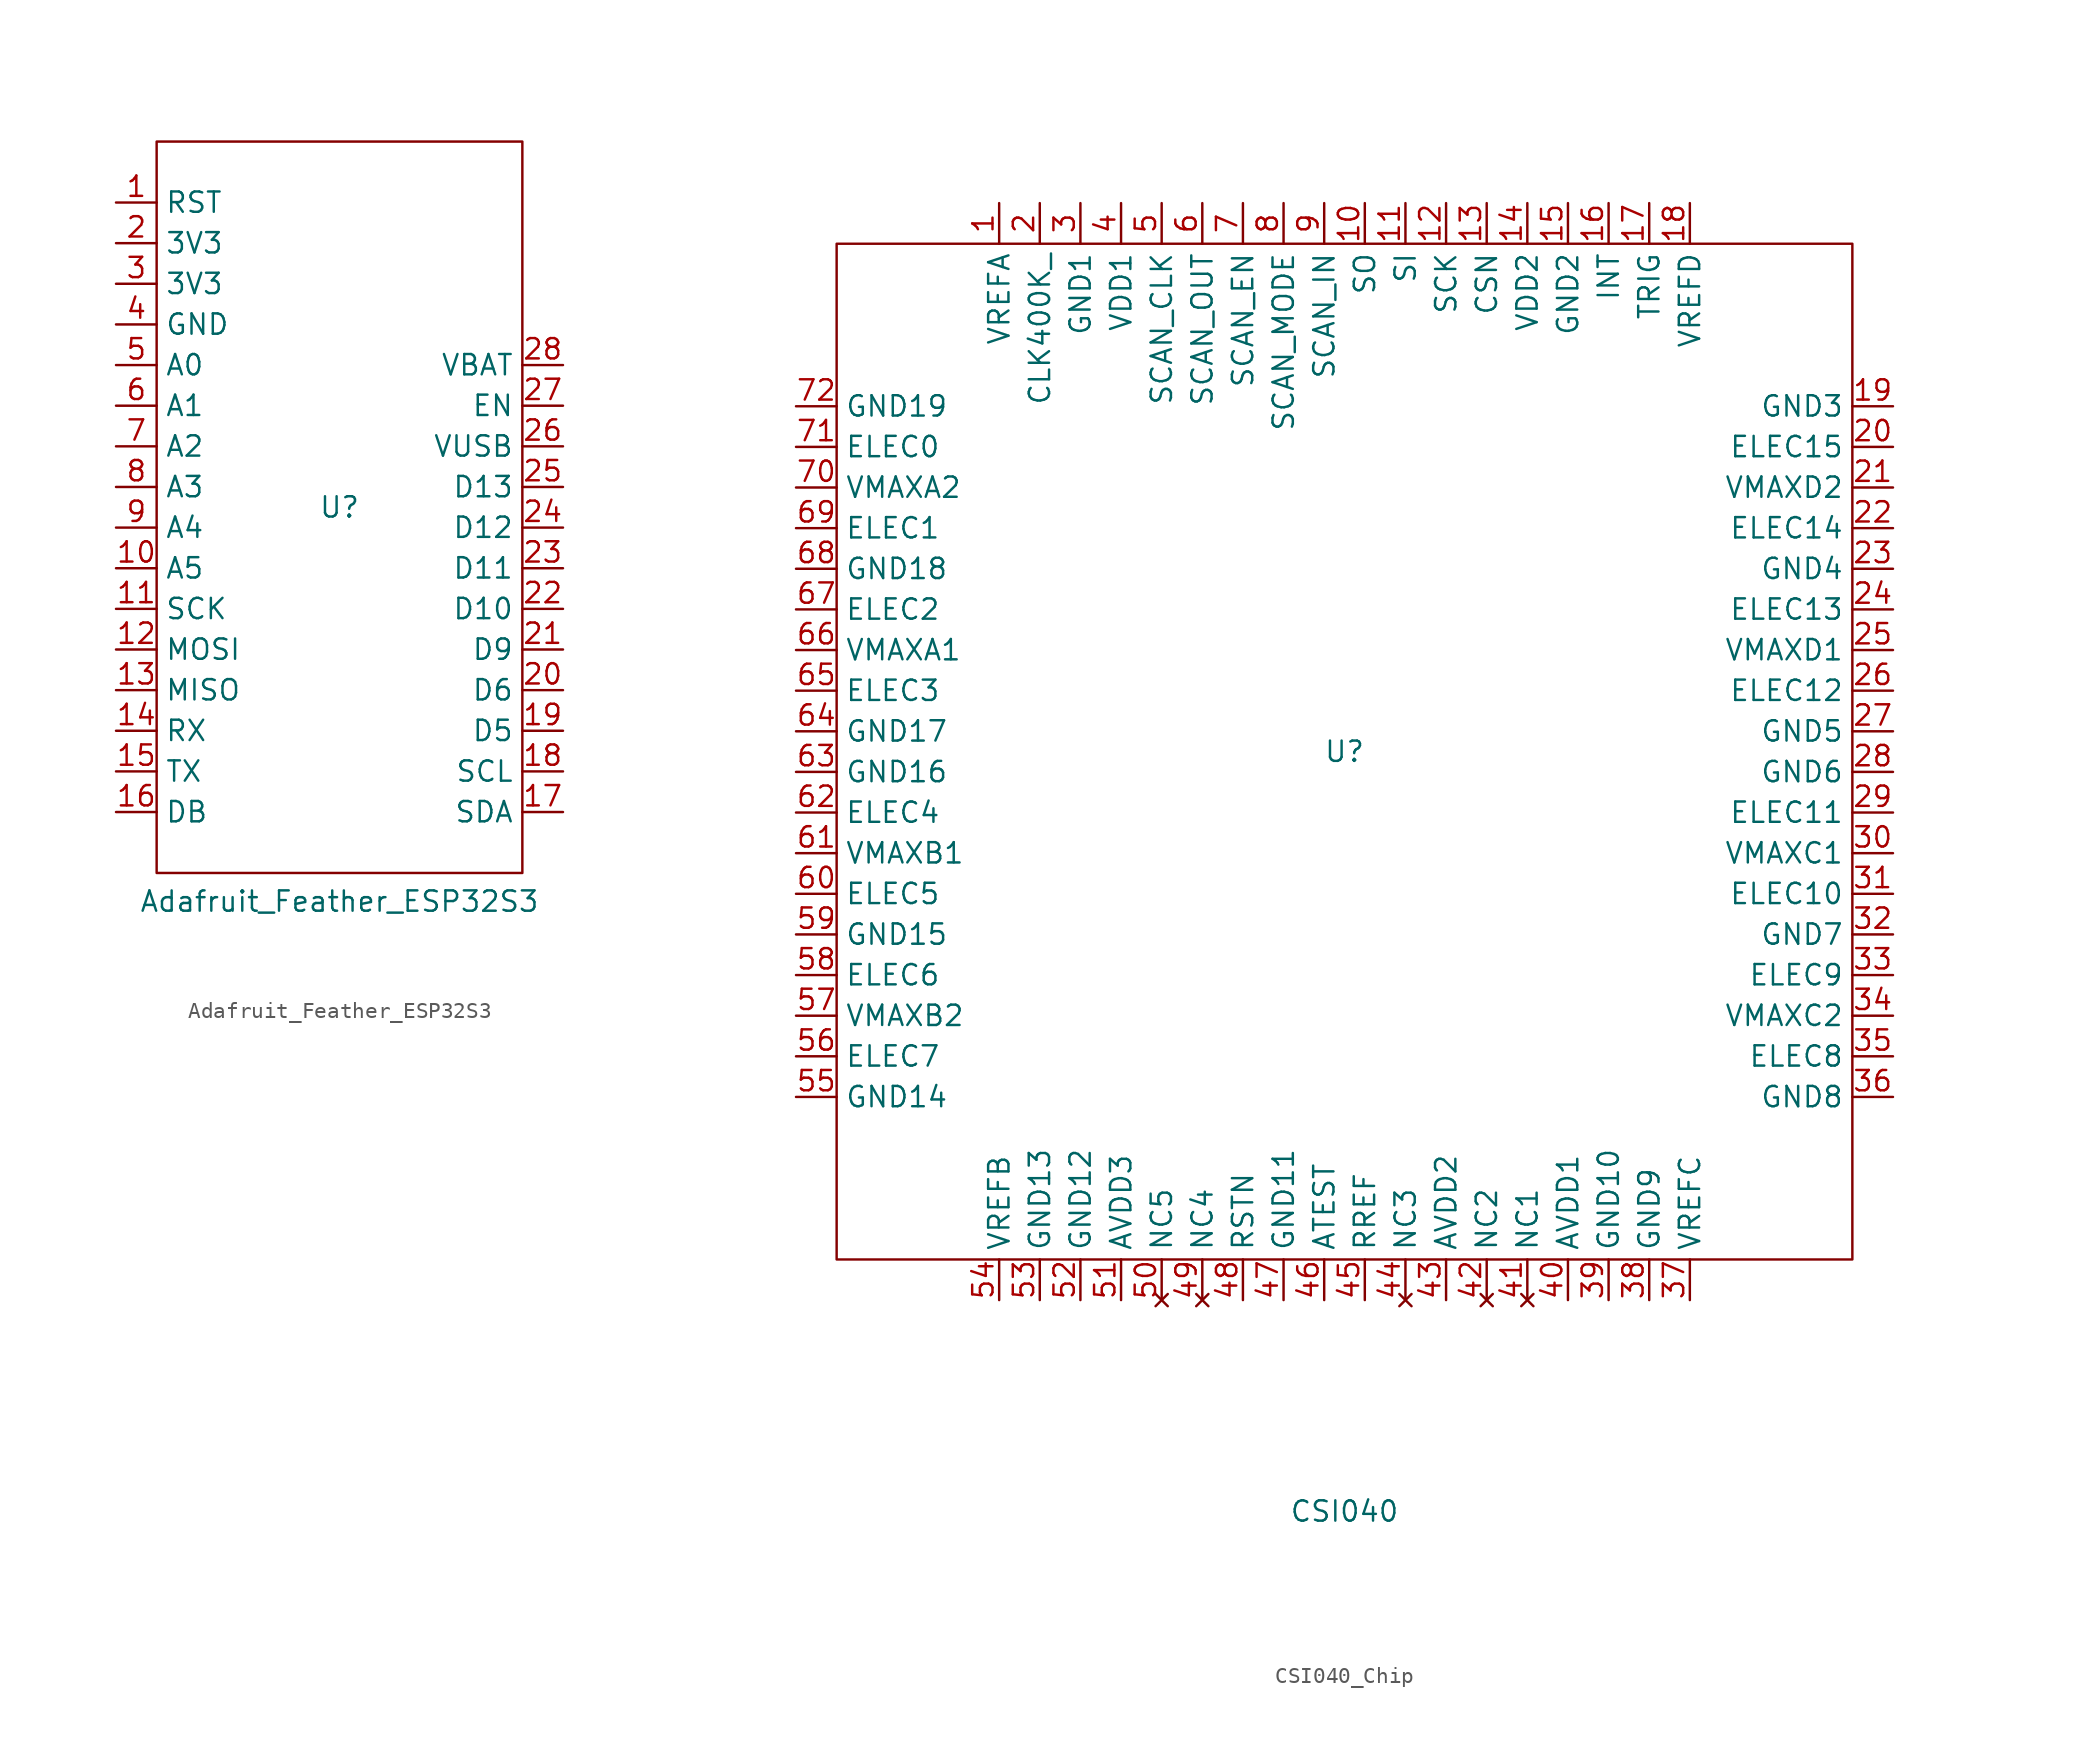
<source format=kicad_sym>
(kicad_symbol_lib
  (version 20231120)
  (generator "kicad_symbol_editor")
  (generator_version "8.0")
  (symbol "Adafruit_Feather_ESP32S3"
    (property "Reference" "U"
      (at 0 0 0)
      (effects (font (size 1.27 1.27))))
    (property "Value" "Adafruit_Feather_ESP32S3"
      (at 0 -24.638 0)
      (effects (font (size 1.27 1.27))))
    (symbol "Adafruit_Feather_ESP32S3_0_1"
      (rectangle (start -11.43 22.86) (end 11.43 -22.86) (stroke (width 0) (type default)) (fill (type none))))
    (symbol "Adafruit_Feather_ESP32S3_1_1"
      (pin input line (at -13.97 19.05 0) (length 2.54) (name "RST" (effects (font (size 1.27 1.27)))) (number "1" (effects (font (size 1.27 1.27)))))
      (pin bidirectional line (at -13.97 -3.81 0) (length 2.54) (name "A5" (effects (font (size 1.27 1.27)))) (number "10" (effects (font (size 1.27 1.27)))))
      (pin input line (at -13.97 -6.35 0) (length 2.54) (name "SCK" (effects (font (size 1.27 1.27)))) (number "11" (effects (font (size 1.27 1.27)))))
      (pin bidirectional line (at -13.97 -8.89 0) (length 2.54) (name "MOSI" (effects (font (size 1.27 1.27)))) (number "12" (effects (font (size 1.27 1.27)))))
      (pin bidirectional line (at -13.97 -11.43 0) (length 2.54) (name "MISO" (effects (font (size 1.27 1.27)))) (number "13" (effects (font (size 1.27 1.27)))))
      (pin bidirectional line (at -13.97 -13.97 0) (length 2.54) (name "RX" (effects (font (size 1.27 1.27)))) (number "14" (effects (font (size 1.27 1.27)))))
      (pin bidirectional line (at -13.97 -16.51 0) (length 2.54) (name "TX" (effects (font (size 1.27 1.27)))) (number "15" (effects (font (size 1.27 1.27)))))
      (pin bidirectional line (at -13.97 -19.05 0) (length 2.54) (name "DB" (effects (font (size 1.27 1.27)))) (number "16" (effects (font (size 1.27 1.27)))))
      (pin bidirectional line (at 13.97 -19.05 180) (length 2.54) (name "SDA" (effects (font (size 1.27 1.27)))) (number "17" (effects (font (size 1.27 1.27)))))
      (pin input line (at 13.97 -16.51 180) (length 2.54) (name "SCL" (effects (font (size 1.27 1.27)))) (number "18" (effects (font (size 1.27 1.27)))))
      (pin bidirectional line (at 13.97 -13.97 180) (length 2.54) (name "D5" (effects (font (size 1.27 1.27)))) (number "19" (effects (font (size 1.27 1.27)))))
      (pin power_in line (at -13.97 16.51 0) (length 2.54) (name "3V3" (effects (font (size 1.27 1.27)))) (number "2" (effects (font (size 1.27 1.27)))))
      (pin bidirectional line (at 13.97 -11.43 180) (length 2.54) (name "D6" (effects (font (size 1.27 1.27)))) (number "20" (effects (font (size 1.27 1.27)))))
      (pin bidirectional line (at 13.97 -8.89 180) (length 2.54) (name "D9" (effects (font (size 1.27 1.27)))) (number "21" (effects (font (size 1.27 1.27)))))
      (pin bidirectional line (at 13.97 -6.35 180) (length 2.54) (name "D10" (effects (font (size 1.27 1.27)))) (number "22" (effects (font (size 1.27 1.27)))))
      (pin bidirectional line (at 13.97 -3.81 180) (length 2.54) (name "D11" (effects (font (size 1.27 1.27)))) (number "23" (effects (font (size 1.27 1.27)))))
      (pin bidirectional line (at 13.97 -1.27 180) (length 2.54) (name "D12" (effects (font (size 1.27 1.27)))) (number "24" (effects (font (size 1.27 1.27)))))
      (pin bidirectional line (at 13.97 1.27 180) (length 2.54) (name "D13" (effects (font (size 1.27 1.27)))) (number "25" (effects (font (size 1.27 1.27)))))
      (pin power_in line (at 13.97 3.81 180) (length 2.54) (name "VUSB" (effects (font (size 1.27 1.27)))) (number "26" (effects (font (size 1.27 1.27)))))
      (pin bidirectional line (at 13.97 6.35 180) (length 2.54) (name "EN" (effects (font (size 1.27 1.27)))) (number "27" (effects (font (size 1.27 1.27)))))
      (pin power_in line (at 13.97 8.89 180) (length 2.54) (name "VBAT" (effects (font (size 1.27 1.27)))) (number "28" (effects (font (size 1.27 1.27)))))
      (pin power_in line (at -13.97 13.97 0) (length 2.54) (name "3V3" (effects (font (size 1.27 1.27)))) (number "3" (effects (font (size 1.27 1.27)))))
      (pin power_in line (at -13.97 11.43 0) (length 2.54) (name "GND" (effects (font (size 1.27 1.27)))) (number "4" (effects (font (size 1.27 1.27)))))
      (pin bidirectional line (at -13.97 8.89 0) (length 2.54) (name "A0" (effects (font (size 1.27 1.27)))) (number "5" (effects (font (size 1.27 1.27)))))
      (pin bidirectional line (at -13.97 6.35 0) (length 2.54) (name "A1" (effects (font (size 1.27 1.27)))) (number "6" (effects (font (size 1.27 1.27)))))
      (pin bidirectional line (at -13.97 3.81 0) (length 2.54) (name "A2" (effects (font (size 1.27 1.27)))) (number "7" (effects (font (size 1.27 1.27)))))
      (pin bidirectional line (at -13.97 1.27 0) (length 2.54) (name "A3" (effects (font (size 1.27 1.27)))) (number "8" (effects (font (size 1.27 1.27)))))
      (pin bidirectional line (at -13.97 -1.27 0) (length 2.54) (name "A4" (effects (font (size 1.27 1.27)))) (number "9" (effects (font (size 1.27 1.27)))))))
  (symbol "CSI040_Chip"
    (property "Reference" "U"
      (at 0 0 0)
      (effects (font (size 1.27 1.27))))
    (property "Value" "CSI040"
      (at 0 -47.498 0)
      (effects (font (size 1.27 1.27))))
    (symbol "CSI040_Chip_0_1"
      (rectangle (start -31.75 31.75) (end 31.75 -31.75) (stroke (width 0) (type default)) (fill (type none))))
    (symbol "CSI040_Chip_1_1"
      (pin power_in line (at -21.59 34.29 270) (length 2.54) (name "VREFA" (effects (font (size 1.27 1.27)))) (number "1" (effects (font (size 1.27 1.27)))))
      (pin output line (at 1.27 34.29 270) (length 2.54) (name "SO" (effects (font (size 1.27 1.27)))) (number "10" (effects (font (size 1.27 1.27)))))
      (pin input line (at 3.81 34.29 270) (length 2.54) (name "SI" (effects (font (size 1.27 1.27)))) (number "11" (effects (font (size 1.27 1.27)))))
      (pin input line (at 6.35 34.29 270) (length 2.54) (name "SCK" (effects (font (size 1.27 1.27)))) (number "12" (effects (font (size 1.27 1.27)))))
      (pin input line (at 8.89 34.29 270) (length 2.54) (name "CSN" (effects (font (size 1.27 1.27)))) (number "13" (effects (font (size 1.27 1.27)))))
      (pin power_in line (at 11.43 34.29 270) (length 2.54) (name "VDD2" (effects (font (size 1.27 1.27)))) (number "14" (effects (font (size 1.27 1.27)))))
      (pin power_in line (at 13.97 34.29 270) (length 2.54) (name "GND2" (effects (font (size 1.27 1.27)))) (number "15" (effects (font (size 1.27 1.27)))))
      (pin output line (at 16.51 34.29 270) (length 2.54) (name "INT" (effects (font (size 1.27 1.27)))) (number "16" (effects (font (size 1.27 1.27)))))
      (pin input line (at 19.05 34.29 270) (length 2.54) (name "TRIG" (effects (font (size 1.27 1.27)))) (number "17" (effects (font (size 1.27 1.27)))))
      (pin power_in line (at 21.59 34.29 270) (length 2.54) (name "VREFD" (effects (font (size 1.27 1.27)))) (number "18" (effects (font (size 1.27 1.27)))))
      (pin power_in line (at 34.29 21.59 180) (length 2.54) (name "GND3" (effects (font (size 1.27 1.27)))) (number "19" (effects (font (size 1.27 1.27)))))
      (pin input line (at -19.05 34.29 270) (length 2.54) (name "CLK400K_" (effects (font (size 1.27 1.27)))) (number "2" (effects (font (size 1.27 1.27)))))
      (pin output line (at 34.29 19.05 180) (length 2.54) (name "ELEC15" (effects (font (size 1.27 1.27)))) (number "20" (effects (font (size 1.27 1.27)))))
      (pin power_in line (at 34.29 16.51 180) (length 2.54) (name "VMAXD2" (effects (font (size 1.27 1.27)))) (number "21" (effects (font (size 1.27 1.27)))))
      (pin output line (at 34.29 13.97 180) (length 2.54) (name "ELEC14" (effects (font (size 1.27 1.27)))) (number "22" (effects (font (size 1.27 1.27)))))
      (pin power_in line (at 34.29 11.43 180) (length 2.54) (name "GND4" (effects (font (size 1.27 1.27)))) (number "23" (effects (font (size 1.27 1.27)))))
      (pin output line (at 34.29 8.89 180) (length 2.54) (name "ELEC13" (effects (font (size 1.27 1.27)))) (number "24" (effects (font (size 1.27 1.27)))))
      (pin power_in line (at 34.29 6.35 180) (length 2.54) (name "VMAXD1" (effects (font (size 1.27 1.27)))) (number "25" (effects (font (size 1.27 1.27)))))
      (pin output line (at 34.29 3.81 180) (length 2.54) (name "ELEC12" (effects (font (size 1.27 1.27)))) (number "26" (effects (font (size 1.27 1.27)))))
      (pin power_in line (at 34.29 1.27 180) (length 2.54) (name "GND5" (effects (font (size 1.27 1.27)))) (number "27" (effects (font (size 1.27 1.27)))))
      (pin power_in line (at 34.29 -1.27 180) (length 2.54) (name "GND6" (effects (font (size 1.27 1.27)))) (number "28" (effects (font (size 1.27 1.27)))))
      (pin output line (at 34.29 -3.81 180) (length 2.54) (name "ELEC11" (effects (font (size 1.27 1.27)))) (number "29" (effects (font (size 1.27 1.27)))))
      (pin power_in line (at -16.51 34.29 270) (length 2.54) (name "GND1" (effects (font (size 1.27 1.27)))) (number "3" (effects (font (size 1.27 1.27)))))
      (pin power_in line (at 34.29 -6.35 180) (length 2.54) (name "VMAXC1" (effects (font (size 1.27 1.27)))) (number "30" (effects (font (size 1.27 1.27)))))
      (pin output line (at 34.29 -8.89 180) (length 2.54) (name "ELEC10" (effects (font (size 1.27 1.27)))) (number "31" (effects (font (size 1.27 1.27)))))
      (pin power_in line (at 34.29 -11.43 180) (length 2.54) (name "GND7" (effects (font (size 1.27 1.27)))) (number "32" (effects (font (size 1.27 1.27)))))
      (pin output line (at 34.29 -13.97 180) (length 2.54) (name "ELEC9" (effects (font (size 1.27 1.27)))) (number "33" (effects (font (size 1.27 1.27)))))
      (pin power_in line (at 34.29 -16.51 180) (length 2.54) (name "VMAXC2" (effects (font (size 1.27 1.27)))) (number "34" (effects (font (size 1.27 1.27)))))
      (pin output line (at 34.29 -19.05 180) (length 2.54) (name "ELEC8" (effects (font (size 1.27 1.27)))) (number "35" (effects (font (size 1.27 1.27)))))
      (pin power_in line (at 34.29 -21.59 180) (length 2.54) (name "GND8" (effects (font (size 1.27 1.27)))) (number "36" (effects (font (size 1.27 1.27)))))
      (pin power_in line (at 21.59 -34.29 90) (length 2.54) (name "VREFC" (effects (font (size 1.27 1.27)))) (number "37" (effects (font (size 1.27 1.27)))))
      (pin power_in line (at 19.05 -34.29 90) (length 2.54) (name "GND9" (effects (font (size 1.27 1.27)))) (number "38" (effects (font (size 1.27 1.27)))))
      (pin power_in line (at 16.51 -34.29 90) (length 2.54) (name "GND10" (effects (font (size 1.27 1.27)))) (number "39" (effects (font (size 1.27 1.27)))))
      (pin power_in line (at -13.97 34.29 270) (length 2.54) (name "VDD1" (effects (font (size 1.27 1.27)))) (number "4" (effects (font (size 1.27 1.27)))))
      (pin power_in line (at 13.97 -34.29 90) (length 2.54) (name "AVDD1" (effects (font (size 1.27 1.27)))) (number "40" (effects (font (size 1.27 1.27)))))
      (pin no_connect line (at 11.43 -34.29 90) (length 2.54) (name "NC1" (effects (font (size 1.27 1.27)))) (number "41" (effects (font (size 1.27 1.27)))))
      (pin no_connect line (at 8.89 -34.29 90) (length 2.54) (name "NC2" (effects (font (size 1.27 1.27)))) (number "42" (effects (font (size 1.27 1.27)))))
      (pin power_in line (at 6.35 -34.29 90) (length 2.54) (name "AVDD2" (effects (font (size 1.27 1.27)))) (number "43" (effects (font (size 1.27 1.27)))))
      (pin no_connect line (at 3.81 -34.29 90) (length 2.54) (name "NC3" (effects (font (size 1.27 1.27)))) (number "44" (effects (font (size 1.27 1.27)))))
      (pin power_in line (at 1.27 -34.29 90) (length 2.54) (name "RREF" (effects (font (size 1.27 1.27)))) (number "45" (effects (font (size 1.27 1.27)))))
      (pin output line (at -1.27 -34.29 90) (length 2.54) (name "ATEST" (effects (font (size 1.27 1.27)))) (number "46" (effects (font (size 1.27 1.27)))))
      (pin power_in line (at -3.81 -34.29 90) (length 2.54) (name "GND11" (effects (font (size 1.27 1.27)))) (number "47" (effects (font (size 1.27 1.27)))))
      (pin input line (at -6.35 -34.29 90) (length 2.54) (name "RSTN" (effects (font (size 1.27 1.27)))) (number "48" (effects (font (size 1.27 1.27)))))
      (pin no_connect line (at -8.89 -34.29 90) (length 2.54) (name "NC4" (effects (font (size 1.27 1.27)))) (number "49" (effects (font (size 1.27 1.27)))))
      (pin input line (at -11.43 34.29 270) (length 2.54) (name "SCAN_CLK" (effects (font (size 1.27 1.27)))) (number "5" (effects (font (size 1.27 1.27)))))
      (pin no_connect line (at -11.43 -34.29 90) (length 2.54) (name "NC5" (effects (font (size 1.27 1.27)))) (number "50" (effects (font (size 1.27 1.27)))))
      (pin power_in line (at -13.97 -34.29 90) (length 2.54) (name "AVDD3" (effects (font (size 1.27 1.27)))) (number "51" (effects (font (size 1.27 1.27)))))
      (pin power_in line (at -16.51 -34.29 90) (length 2.54) (name "GND12" (effects (font (size 1.27 1.27)))) (number "52" (effects (font (size 1.27 1.27)))))
      (pin power_in line (at -19.05 -34.29 90) (length 2.54) (name "GND13" (effects (font (size 1.27 1.27)))) (number "53" (effects (font (size 1.27 1.27)))))
      (pin power_in line (at -21.59 -34.29 90) (length 2.54) (name "VREFB" (effects (font (size 1.27 1.27)))) (number "54" (effects (font (size 1.27 1.27)))))
      (pin power_in line (at -34.29 -21.59 0) (length 2.54) (name "GND14" (effects (font (size 1.27 1.27)))) (number "55" (effects (font (size 1.27 1.27)))))
      (pin output line (at -34.29 -19.05 0) (length 2.54) (name "ELEC7" (effects (font (size 1.27 1.27)))) (number "56" (effects (font (size 1.27 1.27)))))
      (pin power_in line (at -34.29 -16.51 0) (length 2.54) (name "VMAXB2" (effects (font (size 1.27 1.27)))) (number "57" (effects (font (size 1.27 1.27)))))
      (pin output line (at -34.29 -13.97 0) (length 2.54) (name "ELEC6" (effects (font (size 1.27 1.27)))) (number "58" (effects (font (size 1.27 1.27)))))
      (pin power_in line (at -34.29 -11.43 0) (length 2.54) (name "GND15" (effects (font (size 1.27 1.27)))) (number "59" (effects (font (size 1.27 1.27)))))
      (pin output line (at -8.89 34.29 270) (length 2.54) (name "SCAN_OUT" (effects (font (size 1.27 1.27)))) (number "6" (effects (font (size 1.27 1.27)))))
      (pin output line (at -34.29 -8.89 0) (length 2.54) (name "ELEC5" (effects (font (size 1.27 1.27)))) (number "60" (effects (font (size 1.27 1.27)))))
      (pin power_in line (at -34.29 -6.35 0) (length 2.54) (name "VMAXB1" (effects (font (size 1.27 1.27)))) (number "61" (effects (font (size 1.27 1.27)))))
      (pin output line (at -34.29 -3.81 0) (length 2.54) (name "ELEC4" (effects (font (size 1.27 1.27)))) (number "62" (effects (font (size 1.27 1.27)))))
      (pin power_in line (at -34.29 -1.27 0) (length 2.54) (name "GND16" (effects (font (size 1.27 1.27)))) (number "63" (effects (font (size 1.27 1.27)))))
      (pin power_in line (at -34.29 1.27 0) (length 2.54) (name "GND17" (effects (font (size 1.27 1.27)))) (number "64" (effects (font (size 1.27 1.27)))))
      (pin output line (at -34.29 3.81 0) (length 2.54) (name "ELEC3" (effects (font (size 1.27 1.27)))) (number "65" (effects (font (size 1.27 1.27)))))
      (pin power_in line (at -34.29 6.35 0) (length 2.54) (name "VMAXA1" (effects (font (size 1.27 1.27)))) (number "66" (effects (font (size 1.27 1.27)))))
      (pin output line (at -34.29 8.89 0) (length 2.54) (name "ELEC2" (effects (font (size 1.27 1.27)))) (number "67" (effects (font (size 1.27 1.27)))))
      (pin power_in line (at -34.29 11.43 0) (length 2.54) (name "GND18" (effects (font (size 1.27 1.27)))) (number "68" (effects (font (size 1.27 1.27)))))
      (pin output line (at -34.29 13.97 0) (length 2.54) (name "ELEC1" (effects (font (size 1.27 1.27)))) (number "69" (effects (font (size 1.27 1.27)))))
      (pin input line (at -6.35 34.29 270) (length 2.54) (name "SCAN_EN" (effects (font (size 1.27 1.27)))) (number "7" (effects (font (size 1.27 1.27)))))
      (pin power_in line (at -34.29 16.51 0) (length 2.54) (name "VMAXA2" (effects (font (size 1.27 1.27)))) (number "70" (effects (font (size 1.27 1.27)))))
      (pin output line (at -34.29 19.05 0) (length 2.54) (name "ELEC0" (effects (font (size 1.27 1.27)))) (number "71" (effects (font (size 1.27 1.27)))))
      (pin power_in line (at -34.29 21.59 0) (length 2.54) (name "GND19" (effects (font (size 1.27 1.27)))) (number "72" (effects (font (size 1.27 1.27)))))
      (pin input line (at -3.81 34.29 270) (length 2.54) (name "SCAN_MODE" (effects (font (size 1.27 1.27)))) (number "8" (effects (font (size 1.27 1.27)))))
      (pin input line (at -1.27 34.29 270) (length 2.54) (name "SCAN_IN" (effects (font (size 1.27 1.27)))) (number "9" (effects (font (size 1.27 1.27))))))))
</source>
